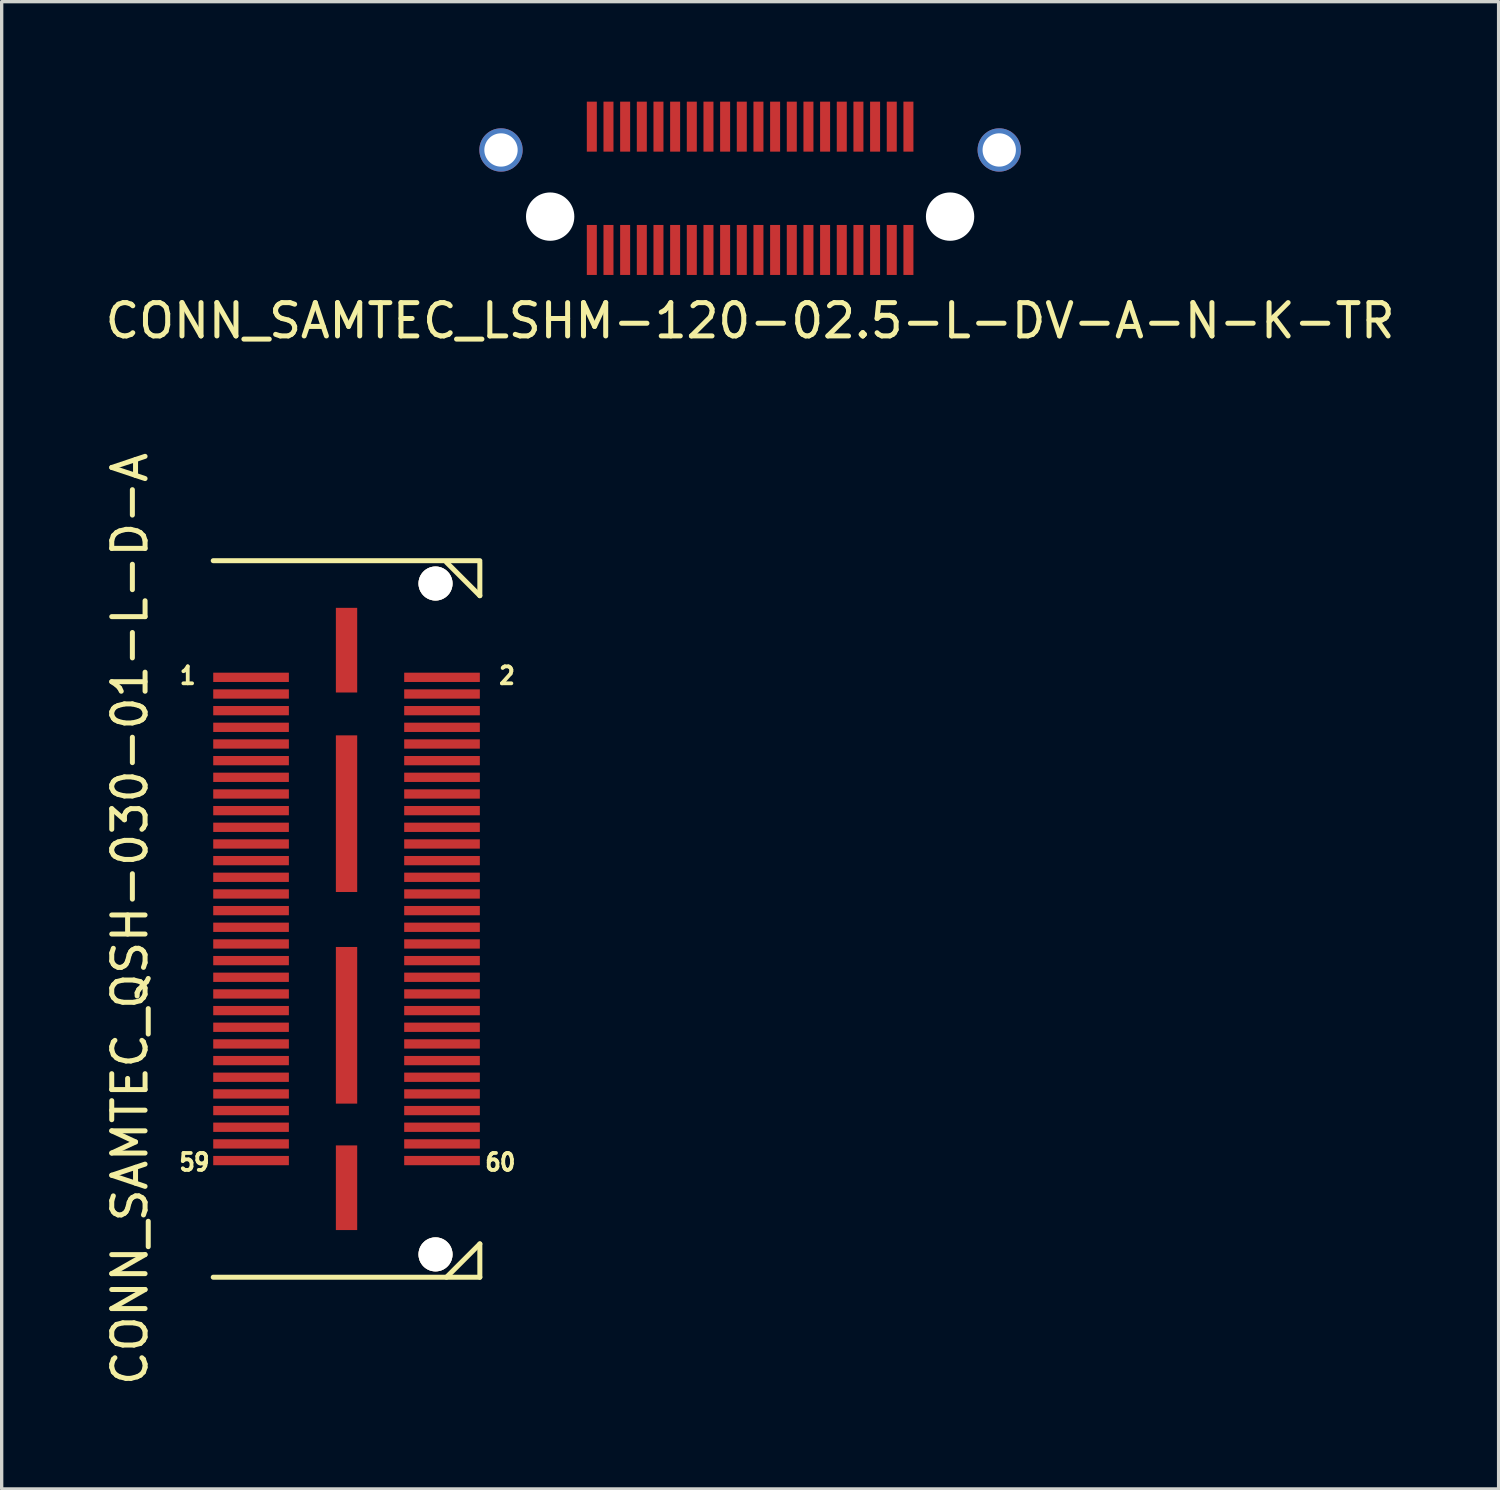
<source format=kicad_pcb>
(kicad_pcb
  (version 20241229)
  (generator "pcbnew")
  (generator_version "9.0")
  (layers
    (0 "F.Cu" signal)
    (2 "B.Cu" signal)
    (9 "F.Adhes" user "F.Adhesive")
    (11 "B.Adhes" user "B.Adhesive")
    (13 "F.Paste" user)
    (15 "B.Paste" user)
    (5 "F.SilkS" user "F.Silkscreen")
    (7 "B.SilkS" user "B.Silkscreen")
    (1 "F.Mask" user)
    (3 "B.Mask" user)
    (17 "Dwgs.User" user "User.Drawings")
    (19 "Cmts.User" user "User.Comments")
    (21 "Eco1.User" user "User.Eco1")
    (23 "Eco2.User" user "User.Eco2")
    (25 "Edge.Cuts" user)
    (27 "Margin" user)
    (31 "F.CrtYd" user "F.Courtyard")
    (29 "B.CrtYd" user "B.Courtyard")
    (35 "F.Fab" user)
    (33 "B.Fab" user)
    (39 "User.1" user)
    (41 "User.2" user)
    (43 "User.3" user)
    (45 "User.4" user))
  (footprint "CONN_SAMTEC_QSH-030-01-L-D-A"
    (layer "F.Cu")
    (at 7.348 24.524)
    (property "Reference" "CONN_SAMTEC_QSH-030-01-L-D-A" (at -6.5 0 90) (layer "F.SilkS") (effects (font (size 1 1) (thickness 0.15))))
    (attr through_hole)
    (fp_line (start -4 -10.75) (end 4 -10.75) (stroke (width 0.15) (type solid)) (layer "F.SilkS"))
    (fp_line (start 3 -10.7) (end 4 -9.7) (stroke (width 0.15) (type solid)) (layer "F.SilkS"))
    (fp_line (start 3 10.75) (end 4 9.75) (stroke (width 0.15) (type solid)) (layer "F.SilkS"))
    (fp_line (start 4 -10.7) (end 4 -10.7) (stroke (width 0.1) (type solid)) (layer "F.SilkS"))
    (fp_line (start 4 -9.7) (end 4 -10.7) (stroke (width 0.15) (type solid)) (layer "F.SilkS"))
    (fp_line (start 4 9.75) (end 4 10.75) (stroke (width 0.15) (type solid)) (layer "F.SilkS"))
    (fp_line (start 4 10.75) (end -4 10.75) (stroke (width 0.15) (type solid)) (layer "F.SilkS"))
    (fp_text user "1" (at -4.765 -7.3 0) (layer "F.SilkS") (effects (font (size 0.508 0.457) (thickness 0.114))))
    (fp_text user "60" (at 4.615 7.3 0) (layer "F.SilkS") (effects (font (size 0.508 0.457) (thickness 0.114))))
    (fp_text user "59" (at -4.565 7.3 0) (layer "F.SilkS") (effects (font (size 0.508 0.457) (thickness 0.114))))
    (fp_text user "2" (at 4.815 -7.3 0) (layer "F.SilkS") (effects (font (size 0.508 0.457) (thickness 0.114))))
    (pad "" thru_hole circle (at 2.67 -10.065) (size 1.02 1.02) (drill 1.02) (layers "*.Cu" "*.Mask" "F.SilkS"))
    (pad "" thru_hole circle (at 2.67 10.065) (size 1.02 1.02) (drill 1.02) (layers "*.Cu" "*.Mask" "F.SilkS"))
    (pad "1" smd rect (at -2.865 -7.25) (size 2.27 0.279) (layers "F.Cu" "F.Mask" "F.Paste"))
    (pad "2" smd rect (at 2.865 -7.25) (size 2.27 0.279) (layers "F.Cu" "F.Mask" "F.Paste"))
    (pad "3" smd rect (at -2.865 -6.75) (size 2.27 0.279) (layers "F.Cu" "F.Mask" "F.Paste"))
    (pad "4" smd rect (at 2.865 -6.75) (size 2.27 0.279) (layers "F.Cu" "F.Mask" "F.Paste"))
    (pad "5" smd rect (at -2.865 -6.25) (size 2.27 0.279) (layers "F.Cu" "F.Mask" "F.Paste"))
    (pad "6" smd rect (at 2.865 -6.25) (size 2.27 0.279) (layers "F.Cu" "F.Mask" "F.Paste"))
    (pad "7" smd rect (at -2.865 -5.75) (size 2.27 0.279) (layers "F.Cu" "F.Mask" "F.Paste"))
    (pad "8" smd rect (at 2.865 -5.75) (size 2.27 0.279) (layers "F.Cu" "F.Mask" "F.Paste"))
    (pad "9" smd rect (at -2.865 -5.25) (size 2.27 0.279) (layers "F.Cu" "F.Mask" "F.Paste"))
    (pad "10" smd rect (at 2.865 -5.25) (size 2.27 0.279) (layers "F.Cu" "F.Mask" "F.Paste"))
    (pad "11" smd rect (at -2.865 -4.75) (size 2.27 0.279) (layers "F.Cu" "F.Mask" "F.Paste"))
    (pad "12" smd rect (at 2.865 -4.75) (size 2.27 0.279) (layers "F.Cu" "F.Mask" "F.Paste"))
    (pad "13" smd rect (at -2.865 -4.25) (size 2.27 0.279) (layers "F.Cu" "F.Mask" "F.Paste"))
    (pad "14" smd rect (at 2.865 -4.25) (size 2.27 0.279) (layers "F.Cu" "F.Mask" "F.Paste"))
    (pad "15" smd rect (at -2.865 -3.75) (size 2.27 0.279) (layers "F.Cu" "F.Mask" "F.Paste"))
    (pad "16" smd rect (at 2.865 -3.75) (size 2.27 0.279) (layers "F.Cu" "F.Mask" "F.Paste"))
    (pad "17" smd rect (at -2.865 -3.25) (size 2.27 0.279) (layers "F.Cu" "F.Mask" "F.Paste"))
    (pad "18" smd rect (at 2.865 -3.25) (size 2.27 0.279) (layers "F.Cu" "F.Mask" "F.Paste"))
    (pad "19" smd rect (at -2.865 -2.75) (size 2.27 0.279) (layers "F.Cu" "F.Mask" "F.Paste"))
    (pad "20" smd rect (at 2.865 -2.75) (size 2.27 0.279) (layers "F.Cu" "F.Mask" "F.Paste"))
    (pad "21" smd rect (at -2.865 -2.25) (size 2.27 0.279) (layers "F.Cu" "F.Mask" "F.Paste"))
    (pad "22" smd rect (at 2.865 -2.25) (size 2.27 0.279) (layers "F.Cu" "F.Mask" "F.Paste"))
    (pad "23" smd rect (at -2.865 -1.75) (size 2.27 0.279) (layers "F.Cu" "F.Mask" "F.Paste"))
    (pad "24" smd rect (at 2.865 -1.75) (size 2.27 0.279) (layers "F.Cu" "F.Mask" "F.Paste"))
    (pad "25" smd rect (at -2.865 -1.25) (size 2.27 0.279) (layers "F.Cu" "F.Mask" "F.Paste"))
    (pad "26" smd rect (at 2.865 -1.25) (size 2.27 0.279) (layers "F.Cu" "F.Mask" "F.Paste"))
    (pad "27" smd rect (at -2.865 -0.75) (size 2.27 0.279) (layers "F.Cu" "F.Mask" "F.Paste"))
    (pad "28" smd rect (at 2.865 -0.75) (size 2.27 0.279) (layers "F.Cu" "F.Mask" "F.Paste"))
    (pad "29" smd rect (at -2.865 -0.25) (size 2.27 0.279) (layers "F.Cu" "F.Mask" "F.Paste"))
    (pad "30" smd rect (at 2.865 -0.25) (size 2.27 0.279) (layers "F.Cu" "F.Mask" "F.Paste"))
    (pad "31" smd rect (at -2.865 0.25) (size 2.27 0.279) (layers "F.Cu" "F.Mask" "F.Paste"))
    (pad "32" smd rect (at 2.865 0.25) (size 2.27 0.279) (layers "F.Cu" "F.Mask" "F.Paste"))
    (pad "33" smd rect (at -2.865 0.75) (size 2.27 0.279) (layers "F.Cu" "F.Mask" "F.Paste"))
    (pad "34" smd rect (at 2.865 0.75) (size 2.27 0.279) (layers "F.Cu" "F.Mask" "F.Paste"))
    (pad "35" smd rect (at -2.865 1.25) (size 2.27 0.279) (layers "F.Cu" "F.Mask" "F.Paste"))
    (pad "36" smd rect (at 2.865 1.25) (size 2.27 0.279) (layers "F.Cu" "F.Mask" "F.Paste"))
    (pad "37" smd rect (at -2.865 1.75) (size 2.27 0.279) (layers "F.Cu" "F.Mask" "F.Paste"))
    (pad "38" smd rect (at 2.865 1.75) (size 2.27 0.279) (layers "F.Cu" "F.Mask" "F.Paste"))
    (pad "39" smd rect (at -2.865 2.25) (size 2.27 0.279) (layers "F.Cu" "F.Mask" "F.Paste"))
    (pad "40" smd rect (at 2.865 2.25) (size 2.27 0.279) (layers "F.Cu" "F.Mask" "F.Paste"))
    (pad "41" smd rect (at -2.865 2.75) (size 2.27 0.279) (layers "F.Cu" "F.Mask" "F.Paste"))
    (pad "42" smd rect (at 2.865 2.75) (size 2.27 0.279) (layers "F.Cu" "F.Mask" "F.Paste"))
    (pad "43" smd rect (at -2.865 3.25) (size 2.27 0.279) (layers "F.Cu" "F.Mask" "F.Paste"))
    (pad "44" smd rect (at 2.865 3.25) (size 2.27 0.279) (layers "F.Cu" "F.Mask" "F.Paste"))
    (pad "45" smd rect (at -2.865 3.75) (size 2.27 0.279) (layers "F.Cu" "F.Mask" "F.Paste"))
    (pad "46" smd rect (at 2.865 3.75) (size 2.27 0.279) (layers "F.Cu" "F.Mask" "F.Paste"))
    (pad "47" smd rect (at -2.865 4.25) (size 2.27 0.279) (layers "F.Cu" "F.Mask" "F.Paste"))
    (pad "48" smd rect (at 2.865 4.25) (size 2.27 0.279) (layers "F.Cu" "F.Mask" "F.Paste"))
    (pad "49" smd rect (at -2.865 4.75) (size 2.27 0.279) (layers "F.Cu" "F.Mask" "F.Paste"))
    (pad "50" smd rect (at 2.865 4.75) (size 2.27 0.279) (layers "F.Cu" "F.Mask" "F.Paste"))
    (pad "51" smd rect (at -2.865 5.25) (size 2.27 0.279) (layers "F.Cu" "F.Mask" "F.Paste"))
    (pad "52" smd rect (at 2.865 5.25) (size 2.27 0.279) (layers "F.Cu" "F.Mask" "F.Paste"))
    (pad "53" smd rect (at -2.865 5.75) (size 2.27 0.279) (layers "F.Cu" "F.Mask" "F.Paste"))
    (pad "54" smd rect (at 2.865 5.75) (size 2.27 0.279) (layers "F.Cu" "F.Mask" "F.Paste"))
    (pad "55" smd rect (at -2.865 6.25) (size 2.27 0.279) (layers "F.Cu" "F.Mask" "F.Paste"))
    (pad "56" smd rect (at 2.865 6.25) (size 2.27 0.279) (layers "F.Cu" "F.Mask" "F.Paste"))
    (pad "57" smd rect (at -2.865 6.75) (size 2.27 0.279) (layers "F.Cu" "F.Mask" "F.Paste"))
    (pad "58" smd rect (at 2.865 6.75) (size 2.27 0.279) (layers "F.Cu" "F.Mask" "F.Paste"))
    (pad "59" smd rect (at -2.865 7.25) (size 2.27 0.279) (layers "F.Cu" "F.Mask" "F.Paste"))
    (pad "60" smd rect (at 2.865 7.25) (size 2.27 0.279) (layers "F.Cu" "F.Mask" "F.Paste"))
    (pad "GND" smd rect (at 0 -8.065) (size 0.64 2.54) (layers "F.Cu" "F.Mask" "F.Paste"))
    (pad "GND" smd rect (at 0 -3.159) (size 0.64 4.7) (layers "F.Cu" "F.Mask" "F.Paste"))
    (pad "GND" smd rect (at 0 3.191) (size 0.64 4.7) (layers "F.Cu" "F.Mask" "F.Paste"))
    (pad "GND" smd rect (at 0 8.065) (size 0.64 2.54) (layers "F.Cu" "F.Mask" "F.Paste")))
  (footprint "CONN_SAMTEC_LSHM-120-02.5-L-DV-A-N-K-TR"
    (layer "F.Cu")
    (at 19.458 3.45)
    (property "Reference" "CONN_SAMTEC_LSHM-120-02.5-L-DV-A-N-K-TR" (at 0 3.125 0) (layer "F.SilkS") (effects (font (size 1 1) (thickness 0.15))))
    (attr smd)
    (pad "" np_thru_hole circle (at -6 0) (size 1.45 1.45) (drill 1.45) (layers "*.Cu" "*.Mask"))
    (pad "" np_thru_hole circle (at 6 0) (size 1.45 1.45) (drill 1.45) (layers "*.Cu" "*.Mask"))
    (pad "1" smd rect (at -4.75 -2.7) (size 0.3 1.5) (layers "F.Cu" "F.Mask" "F.Paste"))
    (pad "2" smd rect (at -4.75 1) (size 0.3 1.5) (layers "F.Cu" "F.Mask" "F.Paste"))
    (pad "3" smd rect (at -4.25 -2.7) (size 0.3 1.5) (layers "F.Cu" "F.Mask" "F.Paste"))
    (pad "4" smd rect (at -4.25 1) (size 0.3 1.5) (layers "F.Cu" "F.Mask" "F.Paste"))
    (pad "5" smd rect (at -3.75 -2.7) (size 0.3 1.5) (layers "F.Cu" "F.Mask" "F.Paste"))
    (pad "6" smd rect (at -3.75 1) (size 0.3 1.5) (layers "F.Cu" "F.Mask" "F.Paste"))
    (pad "7" smd rect (at -3.25 -2.7) (size 0.3 1.5) (layers "F.Cu" "F.Mask" "F.Paste"))
    (pad "8" smd rect (at -3.25 1) (size 0.3 1.5) (layers "F.Cu" "F.Mask" "F.Paste"))
    (pad "9" smd rect (at -2.75 -2.7) (size 0.3 1.5) (layers "F.Cu" "F.Mask" "F.Paste"))
    (pad "10" smd rect (at -2.75 1) (size 0.3 1.5) (layers "F.Cu" "F.Mask" "F.Paste"))
    (pad "11" smd rect (at -2.25 -2.7) (size 0.3 1.5) (layers "F.Cu" "F.Mask" "F.Paste"))
    (pad "12" smd rect (at -2.25 1) (size 0.3 1.5) (layers "F.Cu" "F.Mask" "F.Paste"))
    (pad "13" smd rect (at -1.75 -2.7) (size 0.3 1.5) (layers "F.Cu" "F.Mask" "F.Paste"))
    (pad "14" smd rect (at -1.75 1) (size 0.3 1.5) (layers "F.Cu" "F.Mask" "F.Paste"))
    (pad "15" smd rect (at -1.25 -2.7) (size 0.3 1.5) (layers "F.Cu" "F.Mask" "F.Paste"))
    (pad "16" smd rect (at -1.25 1) (size 0.3 1.5) (layers "F.Cu" "F.Mask" "F.Paste"))
    (pad "17" smd rect (at -0.75 -2.7) (size 0.3 1.5) (layers "F.Cu" "F.Mask" "F.Paste"))
    (pad "18" smd rect (at -0.75 1) (size 0.3 1.5) (layers "F.Cu" "F.Mask" "F.Paste"))
    (pad "19" smd rect (at -0.25 -2.7) (size 0.3 1.5) (layers "F.Cu" "F.Mask" "F.Paste"))
    (pad "20" smd rect (at -0.25 1) (size 0.3 1.5) (layers "F.Cu" "F.Mask" "F.Paste"))
    (pad "21" smd rect (at 0.25 -2.7) (size 0.3 1.5) (layers "F.Cu" "F.Mask" "F.Paste"))
    (pad "22" smd rect (at 0.25 1) (size 0.3 1.5) (layers "F.Cu" "F.Mask" "F.Paste"))
    (pad "23" smd rect (at 0.75 -2.7) (size 0.3 1.5) (layers "F.Cu" "F.Mask" "F.Paste"))
    (pad "24" smd rect (at 0.75 1) (size 0.3 1.5) (layers "F.Cu" "F.Mask" "F.Paste"))
    (pad "25" smd rect (at 1.25 -2.7) (size 0.3 1.5) (layers "F.Cu" "F.Mask" "F.Paste"))
    (pad "26" smd rect (at 1.25 1) (size 0.3 1.5) (layers "F.Cu" "F.Mask" "F.Paste"))
    (pad "27" smd rect (at 1.75 -2.7) (size 0.3 1.5) (layers "F.Cu" "F.Mask" "F.Paste"))
    (pad "28" smd rect (at 1.75 1) (size 0.3 1.5) (layers "F.Cu" "F.Mask" "F.Paste"))
    (pad "29" smd rect (at 2.25 -2.7) (size 0.3 1.5) (layers "F.Cu" "F.Mask" "F.Paste"))
    (pad "30" smd rect (at 2.25 1) (size 0.3 1.5) (layers "F.Cu" "F.Mask" "F.Paste"))
    (pad "31" smd rect (at 2.75 -2.7) (size 0.3 1.5) (layers "F.Cu" "F.Mask" "F.Paste"))
    (pad "32" smd rect (at 2.75 1) (size 0.3 1.5) (layers "F.Cu" "F.Mask" "F.Paste"))
    (pad "33" smd rect (at 3.25 -2.7) (size 0.3 1.5) (layers "F.Cu" "F.Mask" "F.Paste"))
    (pad "34" smd rect (at 3.25 1) (size 0.3 1.5) (layers "F.Cu" "F.Mask" "F.Paste"))
    (pad "35" smd rect (at 3.75 -2.7) (size 0.3 1.5) (layers "F.Cu" "F.Mask" "F.Paste"))
    (pad "36" smd rect (at 3.75 1) (size 0.3 1.5) (layers "F.Cu" "F.Mask" "F.Paste"))
    (pad "37" smd rect (at 4.25 -2.7) (size 0.3 1.5) (layers "F.Cu" "F.Mask" "F.Paste"))
    (pad "38" smd rect (at 4.25 1) (size 0.3 1.5) (layers "F.Cu" "F.Mask" "F.Paste"))
    (pad "39" smd rect (at 4.75 -2.7) (size 0.3 1.5) (layers "F.Cu" "F.Mask" "F.Paste"))
    (pad "40" smd rect (at 4.75 1) (size 0.3 1.5) (layers "F.Cu" "F.Mask" "F.Paste"))
    (pad "SHLD" thru_hole circle (at -7.475 -2) (size 1.3 1.3) (drill 1) (layers "*.Cu" "*.Mask"))
    (pad "SHLD" thru_hole circle (at 7.475 -2) (size 1.3 1.3) (drill 1) (layers "*.Cu" "*.Mask")))
  (gr_rect
    (start -3 -3)
    (end 41.917 41.626)
    (stroke (width 0.1) (type default))
    (fill no)
    (layer "Edge.Cuts")))
</source>
